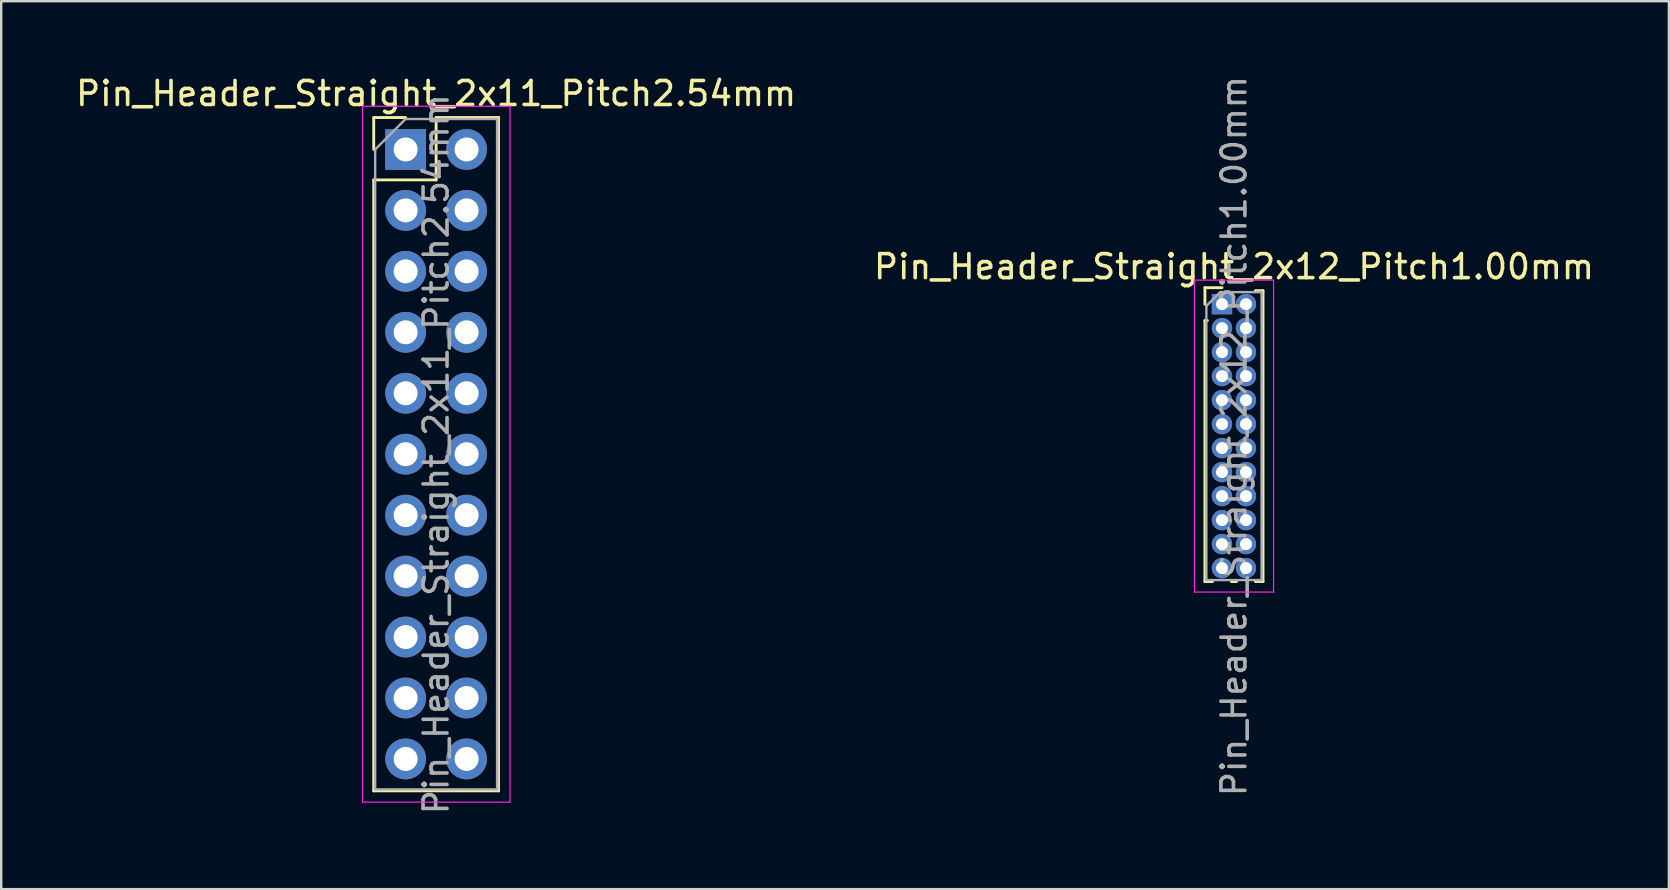
<source format=kicad_pcb>
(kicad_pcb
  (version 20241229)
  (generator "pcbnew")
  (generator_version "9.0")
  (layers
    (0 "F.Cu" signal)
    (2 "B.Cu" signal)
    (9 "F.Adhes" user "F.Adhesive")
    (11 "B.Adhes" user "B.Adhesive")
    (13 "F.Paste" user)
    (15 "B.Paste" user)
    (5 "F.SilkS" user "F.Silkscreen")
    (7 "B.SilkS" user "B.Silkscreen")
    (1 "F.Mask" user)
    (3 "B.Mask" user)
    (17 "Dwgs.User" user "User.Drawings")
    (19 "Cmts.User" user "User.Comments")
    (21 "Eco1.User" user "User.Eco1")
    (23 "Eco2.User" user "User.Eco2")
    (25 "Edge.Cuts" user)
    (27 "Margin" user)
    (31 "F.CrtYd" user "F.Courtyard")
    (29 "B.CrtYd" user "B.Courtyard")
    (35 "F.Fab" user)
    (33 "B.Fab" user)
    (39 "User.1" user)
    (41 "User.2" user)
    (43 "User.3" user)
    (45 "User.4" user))
  (footprint "Pin_Header_Straight_2x12_Pitch1.00mm"
    (layer "F.Cu")
    (at 47.875 9.625)
    (property "Reference" "Pin_Header_Straight_2x12_Pitch1.00mm" (at 0.5 -1.56 0) (layer "F.SilkS") (effects (font (size 1 1) (thickness 0.15))))
    (attr through_hole)
    (fp_line (start -0.71 -0.685) (end 0 -0.685) (stroke (width 0.12) (type solid)) (layer "F.SilkS"))
    (fp_line (start -0.71 0) (end -0.71 -0.685) (stroke (width 0.12) (type solid)) (layer "F.SilkS"))
    (fp_line (start -0.71 0.685) (end -0.71 11.56) (stroke (width 0.12) (type solid)) (layer "F.SilkS"))
    (fp_line (start -0.71 0.685) (end -0.608 0.685) (stroke (width 0.12) (type solid)) (layer "F.SilkS"))
    (fp_line (start -0.71 11.56) (end -0.394 11.56) (stroke (width 0.12) (type solid)) (layer "F.SilkS"))
    (fp_line (start 0.394 11.56) (end 0.606 11.56) (stroke (width 0.12) (type solid)) (layer "F.SilkS"))
    (fp_line (start 1.394 -0.56) (end 1.71 -0.56) (stroke (width 0.12) (type solid)) (layer "F.SilkS"))
    (fp_line (start 1.394 11.56) (end 1.71 11.56) (stroke (width 0.12) (type solid)) (layer "F.SilkS"))
    (fp_line (start 1.71 -0.56) (end 1.71 11.56) (stroke (width 0.12) (type solid)) (layer "F.SilkS"))
    (fp_line (start -1.15 -1) (end -1.15 12) (stroke (width 0.05) (type solid)) (layer "F.CrtYd"))
    (fp_line (start -1.15 12) (end 2.15 12) (stroke (width 0.05) (type solid)) (layer "F.CrtYd"))
    (fp_line (start 2.15 -1) (end -1.15 -1) (stroke (width 0.05) (type solid)) (layer "F.CrtYd"))
    (fp_line (start 2.15 12) (end 2.15 -1) (stroke (width 0.05) (type solid)) (layer "F.CrtYd"))
    (fp_line (start -0.65 0.075) (end -0.075 -0.5) (stroke (width 0.1) (type solid)) (layer "F.Fab"))
    (fp_line (start -0.65 11.5) (end -0.65 0.075) (stroke (width 0.1) (type solid)) (layer "F.Fab"))
    (fp_line (start -0.075 -0.5) (end 1.65 -0.5) (stroke (width 0.1) (type solid)) (layer "F.Fab"))
    (fp_line (start 1.65 -0.5) (end 1.65 11.5) (stroke (width 0.1) (type solid)) (layer "F.Fab"))
    (fp_line (start 1.65 11.5) (end -0.65 11.5) (stroke (width 0.1) (type solid)) (layer "F.Fab"))
    (fp_text user "${REFERENCE}" (at 0.5 5.5 90) (layer "F.Fab") (effects (font (size 1 1) (thickness 0.15))))
    (pad "1" thru_hole rect (at 0 0) (size 0.85 0.85) (drill 0.5) (layers "*.Cu" "*.Mask"))
    (pad "2" thru_hole oval (at 1 0) (size 0.85 0.85) (drill 0.5) (layers "*.Cu" "*.Mask"))
    (pad "3" thru_hole oval (at 0 1) (size 0.85 0.85) (drill 0.5) (layers "*.Cu" "*.Mask"))
    (pad "4" thru_hole oval (at 1 1) (size 0.85 0.85) (drill 0.5) (layers "*.Cu" "*.Mask"))
    (pad "5" thru_hole oval (at 0 2) (size 0.85 0.85) (drill 0.5) (layers "*.Cu" "*.Mask"))
    (pad "6" thru_hole oval (at 1 2) (size 0.85 0.85) (drill 0.5) (layers "*.Cu" "*.Mask"))
    (pad "7" thru_hole oval (at 0 3) (size 0.85 0.85) (drill 0.5) (layers "*.Cu" "*.Mask"))
    (pad "8" thru_hole oval (at 1 3) (size 0.85 0.85) (drill 0.5) (layers "*.Cu" "*.Mask"))
    (pad "9" thru_hole oval (at 0 4) (size 0.85 0.85) (drill 0.5) (layers "*.Cu" "*.Mask"))
    (pad "10" thru_hole oval (at 1 4) (size 0.85 0.85) (drill 0.5) (layers "*.Cu" "*.Mask"))
    (pad "11" thru_hole oval (at 0 5) (size 0.85 0.85) (drill 0.5) (layers "*.Cu" "*.Mask"))
    (pad "12" thru_hole oval (at 1 5) (size 0.85 0.85) (drill 0.5) (layers "*.Cu" "*.Mask"))
    (pad "13" thru_hole oval (at 0 6) (size 0.85 0.85) (drill 0.5) (layers "*.Cu" "*.Mask"))
    (pad "14" thru_hole oval (at 1 6) (size 0.85 0.85) (drill 0.5) (layers "*.Cu" "*.Mask"))
    (pad "15" thru_hole oval (at 0 7) (size 0.85 0.85) (drill 0.5) (layers "*.Cu" "*.Mask"))
    (pad "16" thru_hole oval (at 1 7) (size 0.85 0.85) (drill 0.5) (layers "*.Cu" "*.Mask"))
    (pad "17" thru_hole oval (at 0 8) (size 0.85 0.85) (drill 0.5) (layers "*.Cu" "*.Mask"))
    (pad "18" thru_hole oval (at 1 8) (size 0.85 0.85) (drill 0.5) (layers "*.Cu" "*.Mask"))
    (pad "19" thru_hole oval (at 0 9) (size 0.85 0.85) (drill 0.5) (layers "*.Cu" "*.Mask"))
    (pad "20" thru_hole oval (at 1 9) (size 0.85 0.85) (drill 0.5) (layers "*.Cu" "*.Mask"))
    (pad "21" thru_hole oval (at 0 10) (size 0.85 0.85) (drill 0.5) (layers "*.Cu" "*.Mask"))
    (pad "22" thru_hole oval (at 1 10) (size 0.85 0.85) (drill 0.5) (layers "*.Cu" "*.Mask"))
    (pad "23" thru_hole oval (at 0 11) (size 0.85 0.85) (drill 0.5) (layers "*.Cu" "*.Mask"))
    (pad "24" thru_hole oval (at 1 11) (size 0.85 0.85) (drill 0.5) (layers "*.Cu" "*.Mask")))
  (footprint "Pin_Header_Straight_2x11_Pitch2.54mm"
    (layer "F.Cu")
    (at 13.855 3.178)
    (property "Reference" "Pin_Header_Straight_2x11_Pitch2.54mm" (at 1.27 -2.33 0) (layer "F.SilkS") (effects (font (size 1 1) (thickness 0.15))))
    (attr through_hole)
    (fp_line (start -1.33 -1.33) (end 0 -1.33) (stroke (width 0.12) (type solid)) (layer "F.SilkS"))
    (fp_line (start -1.33 0) (end -1.33 -1.33) (stroke (width 0.12) (type solid)) (layer "F.SilkS"))
    (fp_line (start -1.33 1.27) (end -1.33 26.73) (stroke (width 0.12) (type solid)) (layer "F.SilkS"))
    (fp_line (start -1.33 1.27) (end 1.27 1.27) (stroke (width 0.12) (type solid)) (layer "F.SilkS"))
    (fp_line (start -1.33 26.73) (end 3.87 26.73) (stroke (width 0.12) (type solid)) (layer "F.SilkS"))
    (fp_line (start 1.27 -1.33) (end 3.87 -1.33) (stroke (width 0.12) (type solid)) (layer "F.SilkS"))
    (fp_line (start 1.27 1.27) (end 1.27 -1.33) (stroke (width 0.12) (type solid)) (layer "F.SilkS"))
    (fp_line (start 3.87 -1.33) (end 3.87 26.73) (stroke (width 0.12) (type solid)) (layer "F.SilkS"))
    (fp_line (start -1.8 -1.8) (end -1.8 27.2) (stroke (width 0.05) (type solid)) (layer "F.CrtYd"))
    (fp_line (start -1.8 27.2) (end 4.35 27.2) (stroke (width 0.05) (type solid)) (layer "F.CrtYd"))
    (fp_line (start 4.35 -1.8) (end -1.8 -1.8) (stroke (width 0.05) (type solid)) (layer "F.CrtYd"))
    (fp_line (start 4.35 27.2) (end 4.35 -1.8) (stroke (width 0.05) (type solid)) (layer "F.CrtYd"))
    (fp_line (start -1.27 0) (end 0 -1.27) (stroke (width 0.1) (type solid)) (layer "F.Fab"))
    (fp_line (start -1.27 26.67) (end -1.27 0) (stroke (width 0.1) (type solid)) (layer "F.Fab"))
    (fp_line (start 0 -1.27) (end 3.81 -1.27) (stroke (width 0.1) (type solid)) (layer "F.Fab"))
    (fp_line (start 3.81 -1.27) (end 3.81 26.67) (stroke (width 0.1) (type solid)) (layer "F.Fab"))
    (fp_line (start 3.81 26.67) (end -1.27 26.67) (stroke (width 0.1) (type solid)) (layer "F.Fab"))
    (fp_text user "${REFERENCE}" (at 1.27 12.7 90) (layer "F.Fab") (effects (font (size 1 1) (thickness 0.15))))
    (pad "1" thru_hole rect (at 0 0) (size 1.7 1.7) (drill 1) (layers "*.Cu" "*.Mask"))
    (pad "2" thru_hole oval (at 2.54 0) (size 1.7 1.7) (drill 1) (layers "*.Cu" "*.Mask"))
    (pad "3" thru_hole oval (at 0 2.54) (size 1.7 1.7) (drill 1) (layers "*.Cu" "*.Mask"))
    (pad "4" thru_hole oval (at 2.54 2.54) (size 1.7 1.7) (drill 1) (layers "*.Cu" "*.Mask"))
    (pad "5" thru_hole oval (at 0 5.08) (size 1.7 1.7) (drill 1) (layers "*.Cu" "*.Mask"))
    (pad "6" thru_hole oval (at 2.54 5.08) (size 1.7 1.7) (drill 1) (layers "*.Cu" "*.Mask"))
    (pad "7" thru_hole oval (at 0 7.62) (size 1.7 1.7) (drill 1) (layers "*.Cu" "*.Mask"))
    (pad "8" thru_hole oval (at 2.54 7.62) (size 1.7 1.7) (drill 1) (layers "*.Cu" "*.Mask"))
    (pad "9" thru_hole oval (at 0 10.16) (size 1.7 1.7) (drill 1) (layers "*.Cu" "*.Mask"))
    (pad "10" thru_hole oval (at 2.54 10.16) (size 1.7 1.7) (drill 1) (layers "*.Cu" "*.Mask"))
    (pad "11" thru_hole oval (at 0 12.7) (size 1.7 1.7) (drill 1) (layers "*.Cu" "*.Mask"))
    (pad "12" thru_hole oval (at 2.54 12.7) (size 1.7 1.7) (drill 1) (layers "*.Cu" "*.Mask"))
    (pad "13" thru_hole oval (at 0 15.24) (size 1.7 1.7) (drill 1) (layers "*.Cu" "*.Mask"))
    (pad "14" thru_hole oval (at 2.54 15.24) (size 1.7 1.7) (drill 1) (layers "*.Cu" "*.Mask"))
    (pad "15" thru_hole oval (at 0 17.78) (size 1.7 1.7) (drill 1) (layers "*.Cu" "*.Mask"))
    (pad "16" thru_hole oval (at 2.54 17.78) (size 1.7 1.7) (drill 1) (layers "*.Cu" "*.Mask"))
    (pad "17" thru_hole oval (at 0 20.32) (size 1.7 1.7) (drill 1) (layers "*.Cu" "*.Mask"))
    (pad "18" thru_hole oval (at 2.54 20.32) (size 1.7 1.7) (drill 1) (layers "*.Cu" "*.Mask"))
    (pad "19" thru_hole oval (at 0 22.86) (size 1.7 1.7) (drill 1) (layers "*.Cu" "*.Mask"))
    (pad "20" thru_hole oval (at 2.54 22.86) (size 1.7 1.7) (drill 1) (layers "*.Cu" "*.Mask"))
    (pad "21" thru_hole oval (at 0 25.4) (size 1.7 1.7) (drill 1) (layers "*.Cu" "*.Mask"))
    (pad "22" thru_hole oval (at 2.54 25.4) (size 1.7 1.7) (drill 1) (layers "*.Cu" "*.Mask")))
  (gr_rect
    (start -3 -3)
    (end 66.5 34.003)
    (stroke (width 0.1) (type default))
    (fill no)
    (layer "Edge.Cuts")))
</source>
